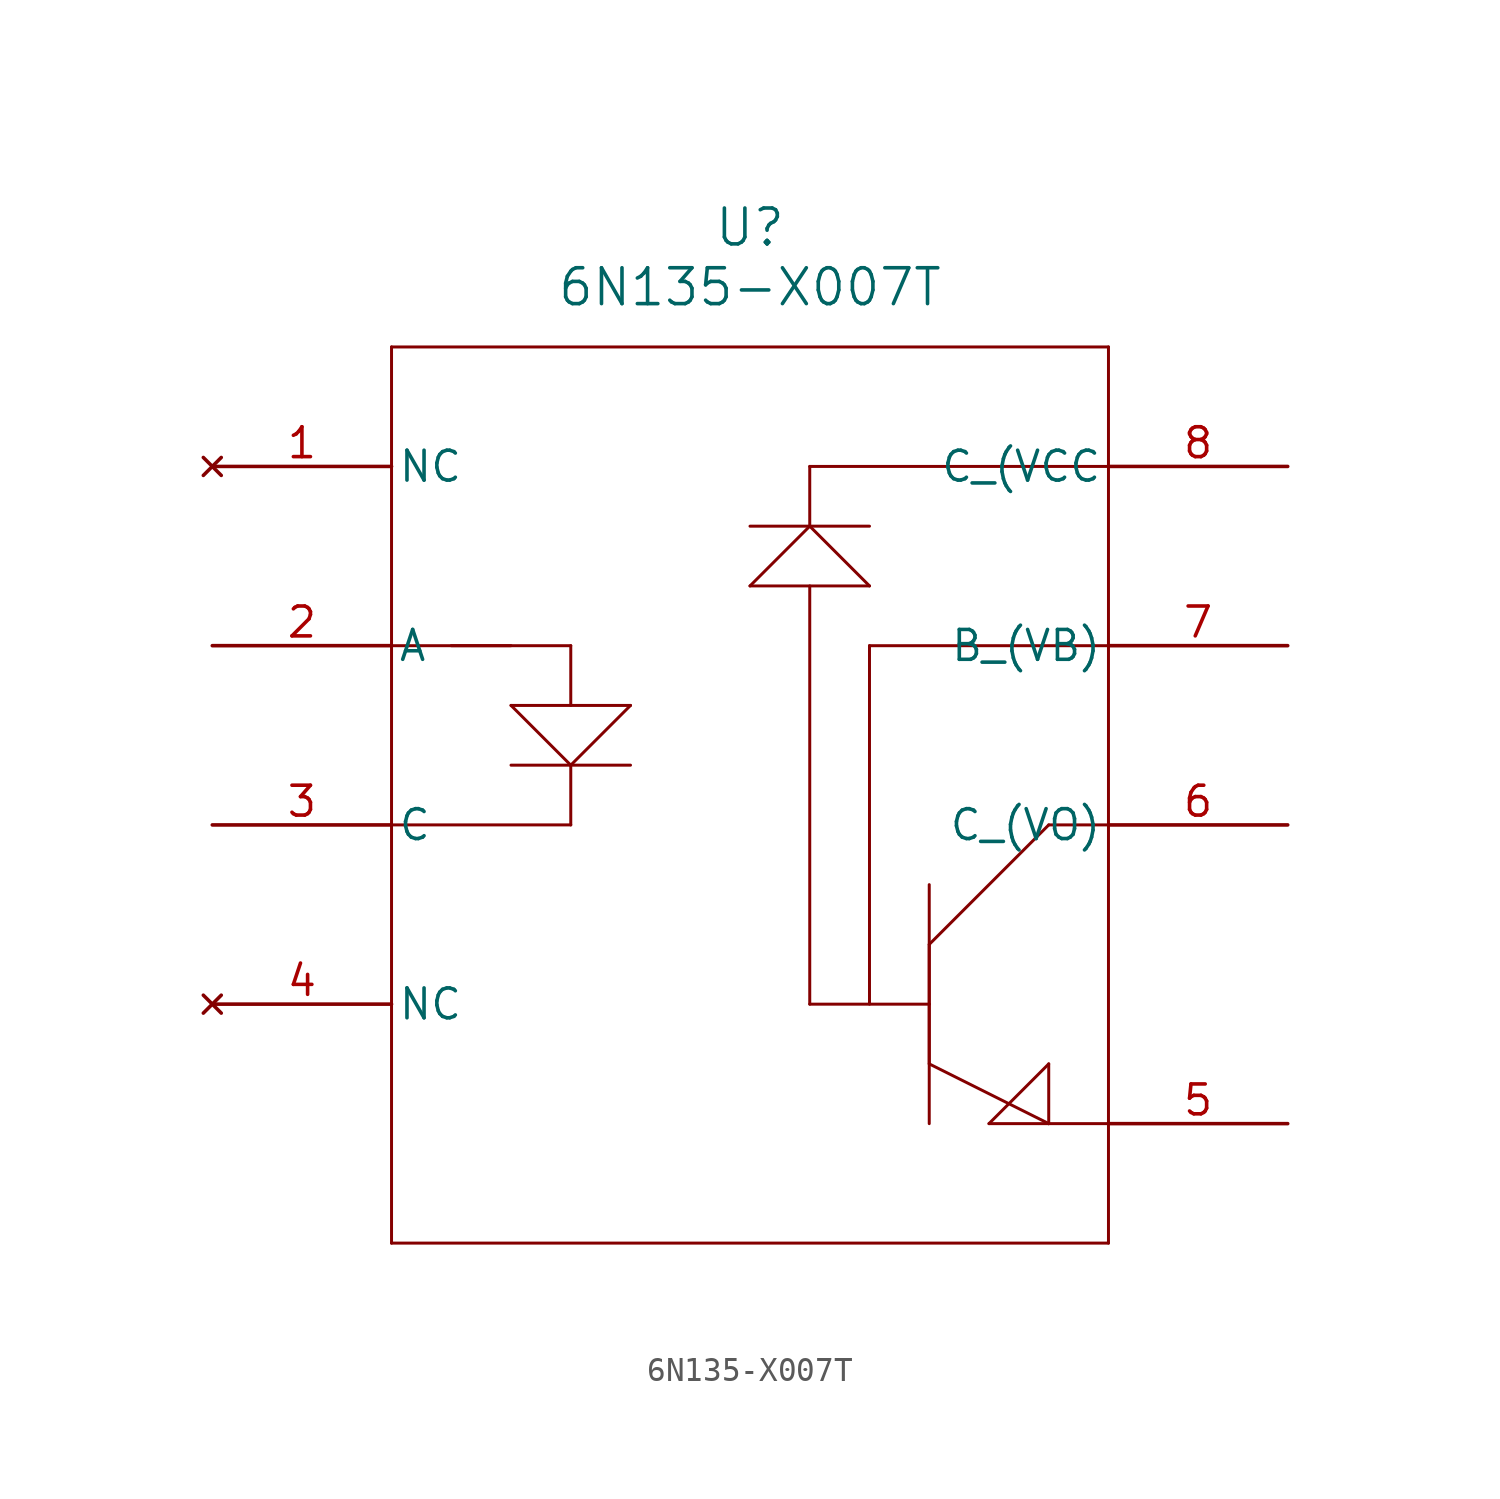
<source format=kicad_sym>
(kicad_symbol_lib
  (version 20211014)
  (generator kicad_symbol_editor)
  (symbol "6N135-X007T"
    (pin_names
      (offset 0.254))
    (property "Reference" "U"
      (at 22.86 10.16 0)
      (effects (font (size 1.524 1.524))))
    (property "Value" "6N135-X007T"
      (at 22.86 7.62 0)
      (effects (font (size 1.524 1.524))))
    (symbol "6N135-X007T_0_1"
      (polyline (pts (xy 7.62 5.08) (xy 7.62 -33.02)) (stroke (width 0.127) (type default) (color 0 0 0 0)) (fill (type none)))
      (polyline (pts (xy 7.62 -33.02) (xy 38.1 -33.02)) (stroke (width 0.127) (type default) (color 0 0 0 0)) (fill (type none)))
      (polyline (pts (xy 38.1 -33.02) (xy 38.1 5.08)) (stroke (width 0.127) (type default) (color 0 0 0 0)) (fill (type none)))
      (polyline (pts (xy 38.1 5.08) (xy 7.62 5.08)) (stroke (width 0.127) (type default) (color 0 0 0 0)) (fill (type none)))
      (polyline (pts (xy 10.16 -7.62) (xy 15.24 -7.62)) (stroke (width 0.127) (type default) (color 0 0 0 0)) (fill (type none)))
      (polyline (pts (xy 12.7 -7.62) (xy 7.62 -7.62)) (stroke (width 0.127) (type default) (color 0 0 0 0)) (fill (type none)))
      (polyline (pts (xy 15.24 -7.62) (xy 15.24 -10.16)) (stroke (width 0.127) (type default) (color 0 0 0 0)) (fill (type none)))
      (polyline (pts (xy 7.62 -15.24) (xy 15.24 -15.24)) (stroke (width 0.127) (type default) (color 0 0 0 0)) (fill (type none)))
      (polyline (pts (xy 15.24 -15.24) (xy 15.24 -12.7)) (stroke (width 0.127) (type default) (color 0 0 0 0)) (fill (type none)))
      (polyline (pts (xy 15.24 -12.7) (xy 12.7 -12.7)) (stroke (width 0.127) (type default) (color 0 0 0 0)) (fill (type none)))
      (polyline (pts (xy 15.24 -12.7) (xy 17.78 -12.7)) (stroke (width 0.127) (type default) (color 0 0 0 0)) (fill (type none)))
      (polyline (pts (xy 15.24 -12.7) (xy 12.7 -10.16)) (stroke (width 0.127) (type default) (color 0 0 0 0)) (fill (type none)))
      (polyline (pts (xy 12.7 -10.16) (xy 17.78 -10.16)) (stroke (width 0.127) (type default) (color 0 0 0 0)) (fill (type none)))
      (polyline (pts (xy 17.78 -10.16) (xy 15.24 -12.7)) (stroke (width 0.127) (type default) (color 0 0 0 0)) (fill (type none)))
      (polyline (pts (xy 38.1 0) (xy 25.4 0)) (stroke (width 0.127) (type default) (color 0 0 0 0)) (fill (type none)))
      (polyline (pts (xy 25.4 -2.54) (xy 25.4 0)) (stroke (width 0.127) (type default) (color 0 0 0 0)) (fill (type none)))
      (polyline (pts (xy 22.86 -2.54) (xy 27.94 -2.54)) (stroke (width 0.127) (type default) (color 0 0 0 0)) (fill (type none)))
      (polyline (pts (xy 25.4 -2.54) (xy 22.86 -5.08)) (stroke (width 0.127) (type default) (color 0 0 0 0)) (fill (type none)))
      (polyline (pts (xy 22.86 -5.08) (xy 27.94 -5.08)) (stroke (width 0.127) (type default) (color 0 0 0 0)) (fill (type none)))
      (polyline (pts (xy 27.94 -5.08) (xy 25.4 -2.54)) (stroke (width 0.127) (type default) (color 0 0 0 0)) (fill (type none)))
      (polyline (pts (xy 25.4 -5.08) (xy 25.4 -22.86)) (stroke (width 0.127) (type default) (color 0 0 0 0)) (fill (type none)))
      (polyline (pts (xy 25.4 -22.86) (xy 30.48 -22.86)) (stroke (width 0.127) (type default) (color 0 0 0 0)) (fill (type none)))
      (polyline (pts (xy 30.48 -22.86) (xy 30.48 -20.32)) (stroke (width 0.127) (type default) (color 0 0 0 0)) (fill (type none)))
      (polyline (pts (xy 30.48 -22.86) (xy 30.48 -25.4)) (stroke (width 0.127) (type default) (color 0 0 0 0)) (fill (type none)))
      (polyline (pts (xy 38.1 -7.62) (xy 27.94 -7.62)) (stroke (width 0.127) (type default) (color 0 0 0 0)) (fill (type none)))
      (polyline (pts (xy 27.94 -7.62) (xy 27.94 -22.86)) (stroke (width 0.127) (type default) (color 0 0 0 0)) (fill (type none)))
      (polyline (pts (xy 38.1 -15.24) (xy 35.56 -15.24)) (stroke (width 0.127) (type default) (color 0 0 0 0)) (fill (type none)))
      (polyline (pts (xy 30.48 -17.78) (xy 30.48 -27.94)) (stroke (width 0.127) (type default) (color 0 0 0 0)) (fill (type none)))
      (polyline (pts (xy 35.56 -15.24) (xy 30.48 -20.32)) (stroke (width 0.127) (type default) (color 0 0 0 0)) (fill (type none)))
      (polyline (pts (xy 30.48 -25.4) (xy 35.56 -27.94)) (stroke (width 0.127) (type default) (color 0 0 0 0)) (fill (type none)))
      (polyline (pts (xy 35.56 -27.94) (xy 35.56 -25.4)) (stroke (width 0.127) (type default) (color 0 0 0 0)) (fill (type none)))
      (polyline (pts (xy 35.56 -27.94) (xy 33.02 -27.94)) (stroke (width 0.127) (type default) (color 0 0 0 0)) (fill (type none)))
      (polyline (pts (xy 33.02 -27.94) (xy 35.56 -25.4)) (stroke (width 0.127) (type default) (color 0 0 0 0)) (fill (type none)))
      (polyline (pts (xy 35.56 -27.94) (xy 38.1 -27.94)) (stroke (width 0.127) (type default) (color 0 0 0 0)) (fill (type none)))
      (pin no_connect line (at 0 0 0) (length 7.62) (name "NC" (effects (font (size 1.27 1.27)))) (number "1" (effects (font (size 1.27 1.27)))))
      (pin unspecified line (at 0 -7.62 0) (length 7.62) (name "A" (effects (font (size 1.27 1.27)))) (number "2" (effects (font (size 1.27 1.27)))))
      (pin unspecified line (at 0 -15.24 0) (length 7.62) (name "C" (effects (font (size 1.27 1.27)))) (number "3" (effects (font (size 1.27 1.27)))))
      (pin no_connect line (at 0 -22.86 0) (length 7.62) (name "NC" (effects (font (size 1.27 1.27)))) (number "4" (effects (font (size 1.27 1.27)))))
      (pin power_out line (at 45.72 -27.94 180) (length 7.62) (name "" (effects (font (size 1.27 1.27)))) (number "5" (effects (font (size 1.27 1.27)))))
      (pin unspecified line (at 45.72 -15.24 180) (length 7.62) (name "C (VO)" (effects (font (size 1.27 1.27)))) (number "6" (effects (font (size 1.27 1.27)))))
      (pin unspecified line (at 45.72 -7.62 180) (length 7.62) (name "B (VB)" (effects (font (size 1.27 1.27)))) (number "7" (effects (font (size 1.27 1.27)))))
      (pin unspecified line (at 45.72 0 180) (length 7.62) (name "C (VCC" (effects (font (size 1.27 1.27)))) (number "8" (effects (font (size 1.27 1.27))))))))
</source>
